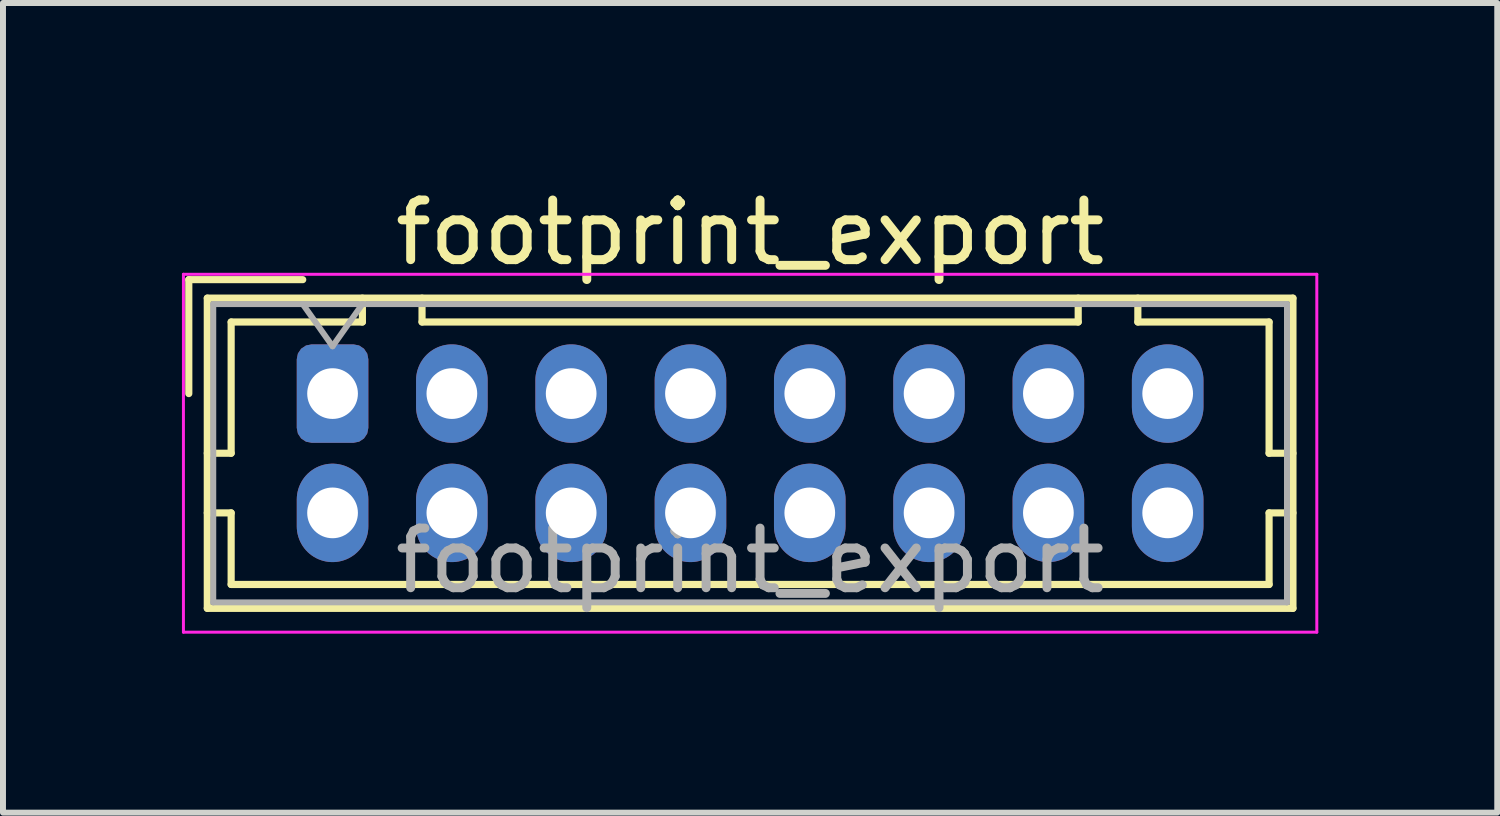
<source format=kicad_pcb>
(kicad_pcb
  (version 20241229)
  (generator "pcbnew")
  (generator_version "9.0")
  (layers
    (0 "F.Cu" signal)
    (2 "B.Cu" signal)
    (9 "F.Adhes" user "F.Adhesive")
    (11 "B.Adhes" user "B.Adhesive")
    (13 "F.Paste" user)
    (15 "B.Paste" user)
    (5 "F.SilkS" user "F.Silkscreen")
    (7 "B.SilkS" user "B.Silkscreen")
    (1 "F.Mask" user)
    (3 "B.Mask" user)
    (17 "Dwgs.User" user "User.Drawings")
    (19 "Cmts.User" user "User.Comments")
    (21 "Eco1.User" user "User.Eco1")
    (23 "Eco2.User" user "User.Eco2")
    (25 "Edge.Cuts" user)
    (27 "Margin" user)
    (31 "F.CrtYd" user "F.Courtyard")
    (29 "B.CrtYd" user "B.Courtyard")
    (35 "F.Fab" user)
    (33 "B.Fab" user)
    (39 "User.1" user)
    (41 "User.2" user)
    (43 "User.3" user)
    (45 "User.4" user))
  (footprint "footprint_export"
    (layer "F.Cu")
    (at 2.525 3.548)
    (property "Reference" "footprint_export" (at 7 -2.7 0) (layer "F.SilkS") (effects (font (size 1 1) (thickness 0.15))))
    (attr through_hole)
    (fp_line (start -2.41 -1.91) (end -0.5 -1.91) (stroke (width 0.12) (type solid)) (layer "F.SilkS"))
    (fp_line (start -2.41 0) (end -2.41 -1.91) (stroke (width 0.12) (type solid)) (layer "F.SilkS"))
    (fp_line (start -2.1 -1.6) (end -2.1 3.6) (stroke (width 0.12) (type solid)) (layer "F.SilkS"))
    (fp_line (start -2.1 1) (end -1.7 1) (stroke (width 0.12) (type solid)) (layer "F.SilkS"))
    (fp_line (start -2.1 2) (end -1.7 2) (stroke (width 0.12) (type solid)) (layer "F.SilkS"))
    (fp_line (start -2.1 3.6) (end 16.1 3.6) (stroke (width 0.12) (type solid)) (layer "F.SilkS"))
    (fp_line (start -1.7 -1.2) (end 0.5 -1.2) (stroke (width 0.12) (type solid)) (layer "F.SilkS"))
    (fp_line (start -1.7 1) (end -1.7 -1.2) (stroke (width 0.12) (type solid)) (layer "F.SilkS"))
    (fp_line (start -1.7 2) (end -1.7 3.2) (stroke (width 0.12) (type solid)) (layer "F.SilkS"))
    (fp_line (start -1.7 3.2) (end 15.7 3.2) (stroke (width 0.12) (type solid)) (layer "F.SilkS"))
    (fp_line (start 0.5 -1.2) (end 0.5 -1.6) (stroke (width 0.12) (type solid)) (layer "F.SilkS"))
    (fp_line (start 1.5 -1.6) (end 1.5 -1.2) (stroke (width 0.12) (type solid)) (layer "F.SilkS"))
    (fp_line (start 1.5 -1.2) (end 12.5 -1.2) (stroke (width 0.12) (type solid)) (layer "F.SilkS"))
    (fp_line (start 12.5 -1.2) (end 12.5 -1.6) (stroke (width 0.12) (type solid)) (layer "F.SilkS"))
    (fp_line (start 13.5 -1.2) (end 13.5 -1.6) (stroke (width 0.12) (type solid)) (layer "F.SilkS"))
    (fp_line (start 15.7 -1.2) (end 13.5 -1.2) (stroke (width 0.12) (type solid)) (layer "F.SilkS"))
    (fp_line (start 15.7 1) (end 15.7 -1.2) (stroke (width 0.12) (type solid)) (layer "F.SilkS"))
    (fp_line (start 15.7 2) (end 16.1 2) (stroke (width 0.12) (type solid)) (layer "F.SilkS"))
    (fp_line (start 15.7 3.2) (end 15.7 2) (stroke (width 0.12) (type solid)) (layer "F.SilkS"))
    (fp_line (start 16.1 -1.6) (end -2.1 -1.6) (stroke (width 0.12) (type solid)) (layer "F.SilkS"))
    (fp_line (start 16.1 1) (end 15.7 1) (stroke (width 0.12) (type solid)) (layer "F.SilkS"))
    (fp_line (start 16.1 3.6) (end 16.1 -1.6) (stroke (width 0.12) (type solid)) (layer "F.SilkS"))
    (fp_line (start -2.5 -2) (end -2.5 4) (stroke (width 0.05) (type solid)) (layer "F.CrtYd"))
    (fp_line (start -2.5 4) (end 16.5 4) (stroke (width 0.05) (type solid)) (layer "F.CrtYd"))
    (fp_line (start 16.5 -2) (end -2.5 -2) (stroke (width 0.05) (type solid)) (layer "F.CrtYd"))
    (fp_line (start 16.5 4) (end 16.5 -2) (stroke (width 0.05) (type solid)) (layer "F.CrtYd"))
    (fp_line (start -2 -1.5) (end -2 3.5) (stroke (width 0.1) (type solid)) (layer "F.Fab"))
    (fp_line (start -2 3.5) (end 16 3.5) (stroke (width 0.1) (type solid)) (layer "F.Fab"))
    (fp_line (start -0.5 -1.5) (end 0 -0.793) (stroke (width 0.1) (type solid)) (layer "F.Fab"))
    (fp_line (start 0 -0.793) (end 0.5 -1.5) (stroke (width 0.1) (type solid)) (layer "F.Fab"))
    (fp_line (start 16 -1.5) (end -2 -1.5) (stroke (width 0.1) (type solid)) (layer "F.Fab"))
    (fp_line (start 16 3.5) (end 16 -1.5) (stroke (width 0.1) (type solid)) (layer "F.Fab"))
    (fp_text user "${REFERENCE}" (at 7 2.8 0) (layer "F.Fab") (effects (font (size 1 1) (thickness 0.15))))
    (pad "1" thru_hole roundrect (at 0 0) (size 1.2 1.65) (drill 0.85) (layers "*.Cu" "*.Mask") (roundrect_rratio 0.208))
    (pad "2" thru_hole oval (at 0 2) (size 1.2 1.65) (drill 0.85) (layers "*.Cu" "*.Mask"))
    (pad "3" thru_hole oval (at 2 0) (size 1.2 1.65) (drill 0.85) (layers "*.Cu" "*.Mask"))
    (pad "4" thru_hole oval (at 2 2) (size 1.2 1.65) (drill 0.85) (layers "*.Cu" "*.Mask"))
    (pad "5" thru_hole oval (at 4 0) (size 1.2 1.65) (drill 0.85) (layers "*.Cu" "*.Mask"))
    (pad "6" thru_hole oval (at 4 2) (size 1.2 1.65) (drill 0.85) (layers "*.Cu" "*.Mask"))
    (pad "7" thru_hole oval (at 6 0) (size 1.2 1.65) (drill 0.85) (layers "*.Cu" "*.Mask"))
    (pad "8" thru_hole oval (at 6 2) (size 1.2 1.65) (drill 0.85) (layers "*.Cu" "*.Mask"))
    (pad "9" thru_hole oval (at 8 0) (size 1.2 1.65) (drill 0.85) (layers "*.Cu" "*.Mask"))
    (pad "10" thru_hole oval (at 8 2) (size 1.2 1.65) (drill 0.85) (layers "*.Cu" "*.Mask"))
    (pad "11" thru_hole oval (at 10 0) (size 1.2 1.65) (drill 0.85) (layers "*.Cu" "*.Mask"))
    (pad "12" thru_hole oval (at 10 2) (size 1.2 1.65) (drill 0.85) (layers "*.Cu" "*.Mask"))
    (pad "13" thru_hole oval (at 12 0) (size 1.2 1.65) (drill 0.85) (layers "*.Cu" "*.Mask"))
    (pad "14" thru_hole oval (at 12 2) (size 1.2 1.65) (drill 0.85) (layers "*.Cu" "*.Mask"))
    (pad "15" thru_hole oval (at 14 0) (size 1.2 1.65) (drill 0.85) (layers "*.Cu" "*.Mask"))
    (pad "16" thru_hole oval (at 14 2) (size 1.2 1.65) (drill 0.85) (layers "*.Cu" "*.Mask")))
  (gr_rect
    (start -3 -3)
    (end 22.05 10.573)
    (stroke (width 0.1) (type default))
    (fill no)
    (layer "Edge.Cuts")))
</source>
